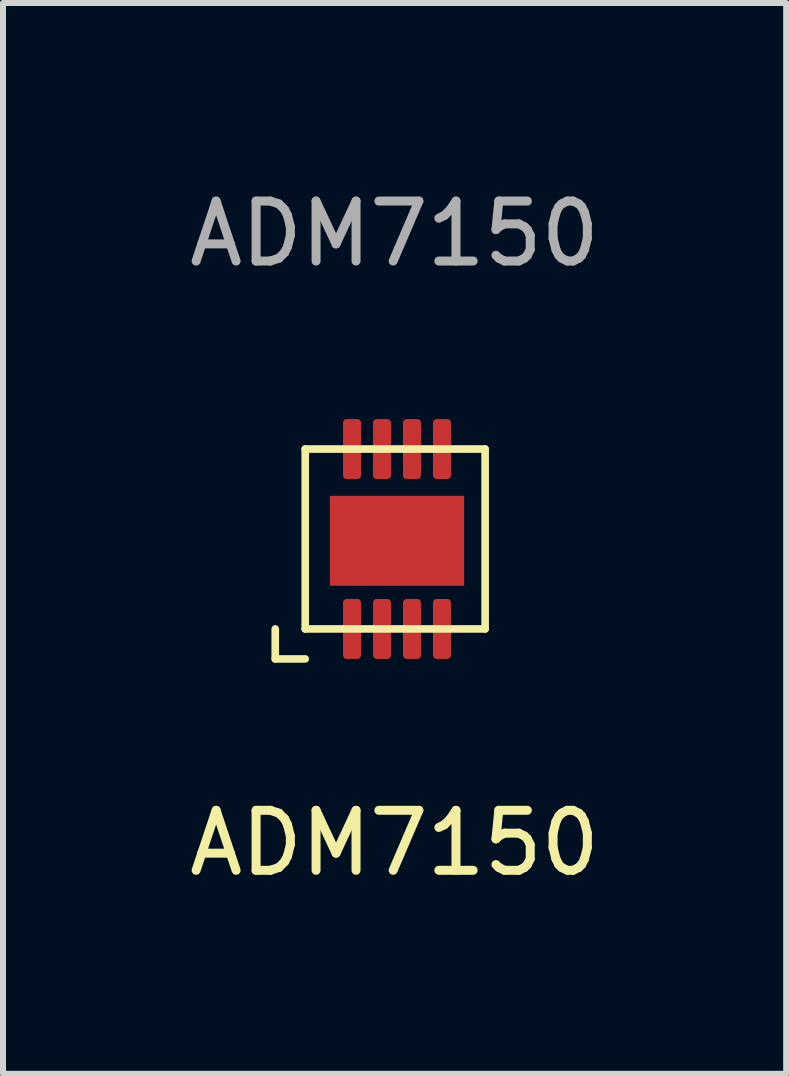
<source format=kicad_pcb>
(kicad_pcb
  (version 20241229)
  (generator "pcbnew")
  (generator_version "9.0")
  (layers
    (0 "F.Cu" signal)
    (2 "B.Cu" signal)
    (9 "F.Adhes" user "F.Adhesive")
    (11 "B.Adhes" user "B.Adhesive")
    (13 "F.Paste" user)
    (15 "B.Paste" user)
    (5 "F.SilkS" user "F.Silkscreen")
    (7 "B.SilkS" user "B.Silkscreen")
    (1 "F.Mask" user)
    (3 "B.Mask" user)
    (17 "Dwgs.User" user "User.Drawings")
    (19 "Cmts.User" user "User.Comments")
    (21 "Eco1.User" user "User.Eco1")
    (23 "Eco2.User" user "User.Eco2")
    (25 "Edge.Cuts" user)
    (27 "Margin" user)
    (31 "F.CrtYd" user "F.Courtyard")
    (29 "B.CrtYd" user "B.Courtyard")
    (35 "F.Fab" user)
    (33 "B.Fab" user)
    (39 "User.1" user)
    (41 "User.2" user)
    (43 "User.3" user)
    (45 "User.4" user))
  (footprint "ADM7150"
    (layer "F.Cu")
    (at 3.53 5.928)
    (property "Reference" "ADM7150" (at 0 5.08 0) (unlocked yes) (layer "F.SilkS") (effects (font (size 1 1) (thickness 0.15))))
    (attr smd)
    (fp_line (start -1.99 2.01) (end -1.99 1.51) (stroke (width 0.127) (type solid)) (layer "F.SilkS"))
    (fp_line (start -1.99 2.01) (end -1.49 2.01) (stroke (width 0.127) (type solid)) (layer "F.SilkS"))
    (fp_line (start -1.49 -1.49) (end 1.51 -1.49) (stroke (width 0.127) (type solid)) (layer "F.SilkS"))
    (fp_line (start -1.49 1.51) (end -1.49 -1.49) (stroke (width 0.127) (type solid)) (layer "F.SilkS"))
    (fp_line (start 1.51 -1.49) (end 1.51 1.51) (stroke (width 0.127) (type solid)) (layer "F.SilkS"))
    (fp_line (start 1.51 1.51) (end -1.49 1.51) (stroke (width 0.127) (type solid)) (layer "F.SilkS"))
    (fp_text user "${REFERENCE}" (at 0 -5.08 0) (unlocked yes) (layer "F.Fab") (effects (font (size 1 1) (thickness 0.15))))
    (pad "1" smd roundrect (at -0.71 1.51) (size 0.3 1) (layers "F.Cu" "F.Mask" "F.Paste") (roundrect_rratio 0.2))
    (pad "2" smd roundrect (at -0.21 1.51) (size 0.3 1) (layers "F.Cu" "F.Mask" "F.Paste") (roundrect_rratio 0.2))
    (pad "3" smd roundrect (at 0.29 1.51) (size 0.3 1) (layers "F.Cu" "F.Mask" "F.Paste") (roundrect_rratio 0.2))
    (pad "4" smd roundrect (at 0.79 1.51) (size 0.3 1) (layers "F.Cu" "F.Mask" "F.Paste") (roundrect_rratio 0.2))
    (pad "5" smd roundrect (at 0.79 -1.49) (size 0.3 1) (layers "F.Cu" "F.Mask" "F.Paste") (roundrect_rratio 0.2))
    (pad "6" smd roundrect (at 0.29 -1.49) (size 0.3 1) (layers "F.Cu" "F.Mask" "F.Paste") (roundrect_rratio 0.2))
    (pad "7" smd roundrect (at -0.21 -1.49) (size 0.3 1) (layers "F.Cu" "F.Mask" "F.Paste") (roundrect_rratio 0.2))
    (pad "8" smd roundrect (at -0.71 -1.49) (size 0.3 1) (layers "F.Cu" "F.Mask" "F.Paste") (roundrect_rratio 0.2))
    (pad "9" smd rect (at 0.04 0.04) (size 2.24 1.5) (layers "F.Cu" "F.Mask" "F.Paste")))
  (gr_rect
    (start -3 -3)
    (end 10.06 14.857)
    (stroke (width 0.1) (type default))
    (fill no)
    (layer "Edge.Cuts")))
</source>
